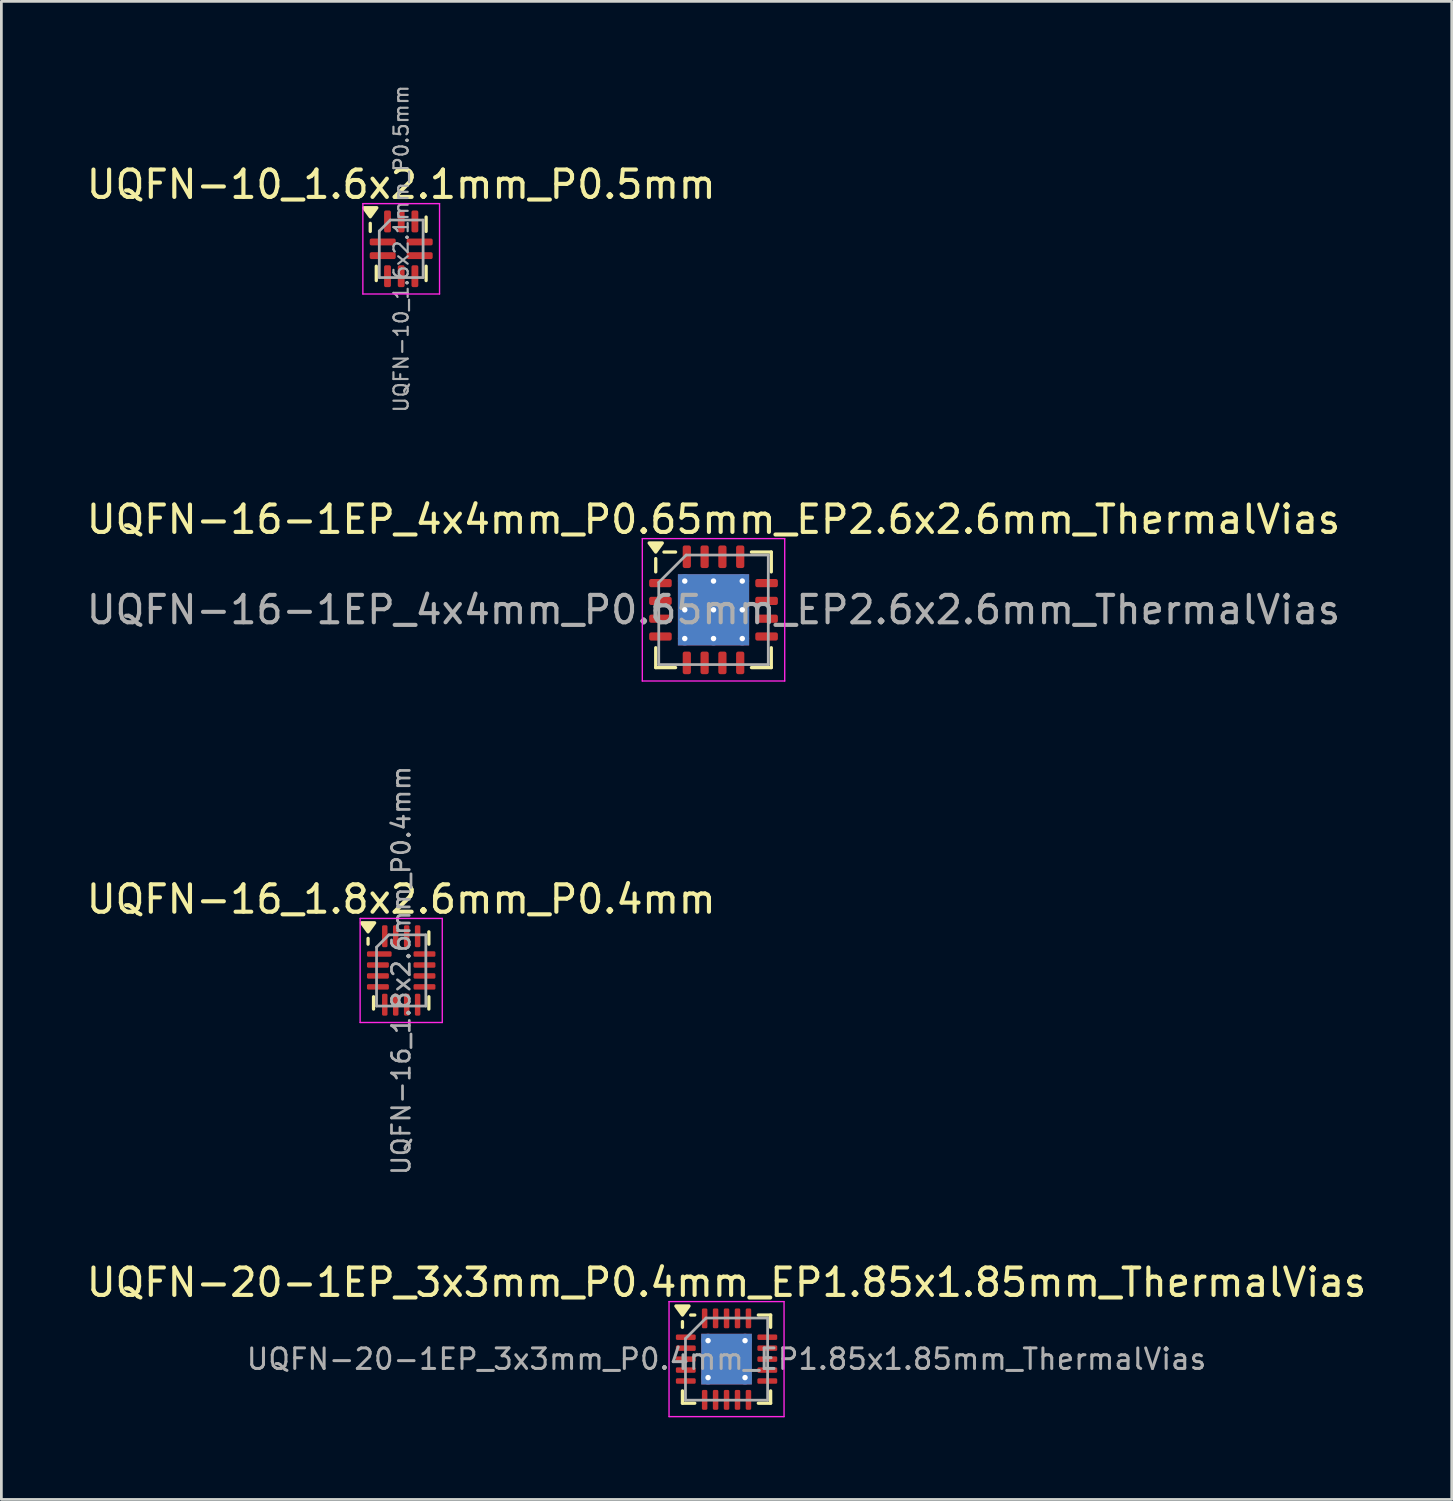
<source format=kicad_pcb>
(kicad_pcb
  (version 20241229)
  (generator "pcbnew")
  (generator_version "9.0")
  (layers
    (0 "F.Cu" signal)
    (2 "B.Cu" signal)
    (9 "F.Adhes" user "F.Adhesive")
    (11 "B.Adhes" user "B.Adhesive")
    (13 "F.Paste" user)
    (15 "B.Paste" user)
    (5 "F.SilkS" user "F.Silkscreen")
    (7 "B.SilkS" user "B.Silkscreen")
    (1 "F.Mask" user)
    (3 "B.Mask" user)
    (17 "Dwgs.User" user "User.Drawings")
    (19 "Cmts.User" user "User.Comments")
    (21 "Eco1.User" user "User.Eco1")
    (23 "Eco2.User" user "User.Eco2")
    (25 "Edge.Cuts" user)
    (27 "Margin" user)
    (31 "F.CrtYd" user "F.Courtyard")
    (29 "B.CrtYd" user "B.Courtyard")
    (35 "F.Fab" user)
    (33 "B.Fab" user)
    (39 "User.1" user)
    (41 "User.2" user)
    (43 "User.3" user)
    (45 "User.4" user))
  (footprint "UQFN-20-1EP_3x3mm_P0.4mm_EP1.85x1.85mm_ThermalVias"
    (layer "F.Cu")
    (at 23.482 46.582)
    (property "Reference" "UQFN-20-1EP_3x3mm_P0.4mm_EP1.85x1.85mm_ThermalVias" (at 0 -2.8 0) (layer "F.SilkS") (effects (font (size 1 1) (thickness 0.15))))
    (attr smd)
    (fp_line (start -1.61 -1.16) (end -1.61 -1.37) (stroke (width 0.12) (type solid)) (layer "F.SilkS"))
    (fp_line (start -1.61 1.61) (end -1.61 1.16) (stroke (width 0.12) (type solid)) (layer "F.SilkS"))
    (fp_line (start -1.16 -1.61) (end -1.31 -1.61) (stroke (width 0.12) (type solid)) (layer "F.SilkS"))
    (fp_line (start -1.16 1.61) (end -1.61 1.61) (stroke (width 0.12) (type solid)) (layer "F.SilkS"))
    (fp_line (start 1.16 -1.61) (end 1.61 -1.61) (stroke (width 0.12) (type solid)) (layer "F.SilkS"))
    (fp_line (start 1.16 1.61) (end 1.61 1.61) (stroke (width 0.12) (type solid)) (layer "F.SilkS"))
    (fp_line (start 1.61 -1.61) (end 1.61 -1.16) (stroke (width 0.12) (type solid)) (layer "F.SilkS"))
    (fp_line (start 1.61 1.61) (end 1.61 1.16) (stroke (width 0.12) (type solid)) (layer "F.SilkS"))
    (fp_poly (pts (xy -1.61 -1.61) (xy -1.85 -1.94) (xy -1.37 -1.94) (xy -1.61 -1.61)) (stroke (width 0.12) (type solid)) (fill yes) (layer "F.SilkS"))
    (fp_line (start -2.1 -2.1) (end -2.1 2.1) (stroke (width 0.05) (type solid)) (layer "F.CrtYd"))
    (fp_line (start -2.1 2.1) (end 2.1 2.1) (stroke (width 0.05) (type solid)) (layer "F.CrtYd"))
    (fp_line (start 2.1 -2.1) (end -2.1 -2.1) (stroke (width 0.05) (type solid)) (layer "F.CrtYd"))
    (fp_line (start 2.1 2.1) (end 2.1 -2.1) (stroke (width 0.05) (type solid)) (layer "F.CrtYd"))
    (fp_line (start -1.5 -0.75) (end -0.75 -1.5) (stroke (width 0.1) (type solid)) (layer "F.Fab"))
    (fp_line (start -1.5 1.5) (end -1.5 -0.75) (stroke (width 0.1) (type solid)) (layer "F.Fab"))
    (fp_line (start -0.75 -1.5) (end 1.5 -1.5) (stroke (width 0.1) (type solid)) (layer "F.Fab"))
    (fp_line (start 1.5 -1.5) (end 1.5 1.5) (stroke (width 0.1) (type solid)) (layer "F.Fab"))
    (fp_line (start 1.5 1.5) (end -1.5 1.5) (stroke (width 0.1) (type solid)) (layer "F.Fab"))
    (fp_text user "${REFERENCE}" (at 0 0 0) (layer "F.Fab") (effects (font (size 0.75 0.75) (thickness 0.11))))
    (pad "" smd roundrect (at -0.46 -0.46) (size 0.8 0.8) (layers "F.Paste") (roundrect_rratio 0.25))
    (pad "" smd roundrect (at -0.46 0.46) (size 0.8 0.8) (layers "F.Paste") (roundrect_rratio 0.25))
    (pad "" smd roundrect (at 0.46 -0.46) (size 0.8 0.8) (layers "F.Paste") (roundrect_rratio 0.25))
    (pad "" smd roundrect (at 0.46 0.46) (size 0.8 0.8) (layers "F.Paste") (roundrect_rratio 0.25))
    (pad "1" smd roundrect (at -1.488 -0.8) (size 0.725 0.2) (layers "F.Cu" "F.Mask" "F.Paste") (roundrect_rratio 0.25))
    (pad "2" smd roundrect (at -1.488 -0.4) (size 0.725 0.2) (layers "F.Cu" "F.Mask" "F.Paste") (roundrect_rratio 0.25))
    (pad "3" smd roundrect (at -1.488 0) (size 0.725 0.2) (layers "F.Cu" "F.Mask" "F.Paste") (roundrect_rratio 0.25))
    (pad "4" smd roundrect (at -1.488 0.4) (size 0.725 0.2) (layers "F.Cu" "F.Mask" "F.Paste") (roundrect_rratio 0.25))
    (pad "5" smd roundrect (at -1.488 0.8) (size 0.725 0.2) (layers "F.Cu" "F.Mask" "F.Paste") (roundrect_rratio 0.25))
    (pad "6" smd roundrect (at -0.8 1.488) (size 0.2 0.725) (layers "F.Cu" "F.Mask" "F.Paste") (roundrect_rratio 0.25))
    (pad "7" smd roundrect (at -0.4 1.488) (size 0.2 0.725) (layers "F.Cu" "F.Mask" "F.Paste") (roundrect_rratio 0.25))
    (pad "8" smd roundrect (at 0 1.488) (size 0.2 0.725) (layers "F.Cu" "F.Mask" "F.Paste") (roundrect_rratio 0.25))
    (pad "9" smd roundrect (at 0.4 1.488) (size 0.2 0.725) (layers "F.Cu" "F.Mask" "F.Paste") (roundrect_rratio 0.25))
    (pad "10" smd roundrect (at 0.8 1.488) (size 0.2 0.725) (layers "F.Cu" "F.Mask" "F.Paste") (roundrect_rratio 0.25))
    (pad "11" smd roundrect (at 1.488 0.8) (size 0.725 0.2) (layers "F.Cu" "F.Mask" "F.Paste") (roundrect_rratio 0.25))
    (pad "12" smd roundrect (at 1.488 0.4) (size 0.725 0.2) (layers "F.Cu" "F.Mask" "F.Paste") (roundrect_rratio 0.25))
    (pad "13" smd roundrect (at 1.488 0) (size 0.725 0.2) (layers "F.Cu" "F.Mask" "F.Paste") (roundrect_rratio 0.25))
    (pad "14" smd roundrect (at 1.488 -0.4) (size 0.725 0.2) (layers "F.Cu" "F.Mask" "F.Paste") (roundrect_rratio 0.25))
    (pad "15" smd roundrect (at 1.488 -0.8) (size 0.725 0.2) (layers "F.Cu" "F.Mask" "F.Paste") (roundrect_rratio 0.25))
    (pad "16" smd roundrect (at 0.8 -1.488) (size 0.2 0.725) (layers "F.Cu" "F.Mask" "F.Paste") (roundrect_rratio 0.25))
    (pad "17" smd roundrect (at 0.4 -1.488) (size 0.2 0.725) (layers "F.Cu" "F.Mask" "F.Paste") (roundrect_rratio 0.25))
    (pad "18" smd roundrect (at 0 -1.488) (size 0.2 0.725) (layers "F.Cu" "F.Mask" "F.Paste") (roundrect_rratio 0.25))
    (pad "19" smd roundrect (at -0.4 -1.488) (size 0.2 0.725) (layers "F.Cu" "F.Mask" "F.Paste") (roundrect_rratio 0.25))
    (pad "20" smd roundrect (at -0.8 -1.488) (size 0.2 0.725) (layers "F.Cu" "F.Mask" "F.Paste") (roundrect_rratio 0.25))
    (pad "21" thru_hole circle (at -0.675 -0.675) (size 0.5 0.5) (drill 0.2) (property pad_prop_heatsink) (layers "*.Cu"))
    (pad "21" thru_hole circle (at -0.675 0.675) (size 0.5 0.5) (drill 0.2) (property pad_prop_heatsink) (layers "*.Cu"))
    (pad "21" smd rect (at 0 0) (size 1.85 1.85) (property pad_prop_heatsink) (layers "F.Cu" "F.Mask"))
    (pad "21" smd rect (at 0 0) (size 1.85 1.85) (property pad_prop_heatsink) (layers "B.Cu"))
    (pad "21" thru_hole circle (at 0.675 -0.675) (size 0.5 0.5) (drill 0.2) (property pad_prop_heatsink) (layers "*.Cu"))
    (pad "21" thru_hole circle (at 0.675 0.675) (size 0.5 0.5) (drill 0.2) (property pad_prop_heatsink) (layers "*.Cu")))
  (footprint "UQFN-16_1.8x2.6mm_P0.4mm"
    (layer "F.Cu")
    (at 11.601 32.389)
    (property "Reference" "UQFN-16_1.8x2.6mm_P0.4mm" (at 0 -2.6 0) (layer "F.SilkS") (effects (font (size 1 1) (thickness 0.15))))
    (attr smd)
    (fp_line (start -1.21 -0.96) (end -1.21 -1.17) (stroke (width 0.12) (type solid)) (layer "F.SilkS"))
    (fp_line (start -1.01 1.41) (end -1.01 0.96) (stroke (width 0.12) (type solid)) (layer "F.SilkS"))
    (fp_line (start 1.01 -1.41) (end 1.01 -0.96) (stroke (width 0.12) (type solid)) (layer "F.SilkS"))
    (fp_line (start 1.01 1.41) (end 1.01 0.96) (stroke (width 0.12) (type solid)) (layer "F.SilkS"))
    (fp_poly (pts (xy -1.21 -1.41) (xy -1.45 -1.74) (xy -0.97 -1.74) (xy -1.21 -1.41)) (stroke (width 0.12) (type solid)) (fill yes) (layer "F.SilkS"))
    (fp_line (start -1.5 -1.9) (end -1.5 1.9) (stroke (width 0.05) (type solid)) (layer "F.CrtYd"))
    (fp_line (start -1.5 1.9) (end 1.5 1.9) (stroke (width 0.05) (type solid)) (layer "F.CrtYd"))
    (fp_line (start 1.5 -1.9) (end -1.5 -1.9) (stroke (width 0.05) (type solid)) (layer "F.CrtYd"))
    (fp_line (start 1.5 1.9) (end 1.5 -1.9) (stroke (width 0.05) (type solid)) (layer "F.CrtYd"))
    (fp_line (start -0.9 -0.85) (end -0.45 -1.3) (stroke (width 0.1) (type solid)) (layer "F.Fab"))
    (fp_line (start -0.9 1.3) (end -0.9 -0.85) (stroke (width 0.1) (type solid)) (layer "F.Fab"))
    (fp_line (start -0.45 -1.3) (end 0.9 -1.3) (stroke (width 0.1) (type solid)) (layer "F.Fab"))
    (fp_line (start 0.9 -1.3) (end 0.9 1.3) (stroke (width 0.1) (type solid)) (layer "F.Fab"))
    (fp_line (start 0.9 1.3) (end -0.9 1.3) (stroke (width 0.1) (type solid)) (layer "F.Fab"))
    (fp_text user "${REFERENCE}" (at 0 0 90) (layer "F.Fab") (effects (font (size 0.65 0.65) (thickness 0.1))))
    (pad "1" smd roundrect (at -0.8 -0.6) (size 0.9 0.2) (layers "F.Cu" "F.Mask" "F.Paste") (roundrect_rratio 0.25))
    (pad "2" smd roundrect (at -0.85 -0.2) (size 0.8 0.2) (layers "F.Cu" "F.Mask" "F.Paste") (roundrect_rratio 0.25))
    (pad "3" smd roundrect (at -0.85 0.2) (size 0.8 0.2) (layers "F.Cu" "F.Mask" "F.Paste") (roundrect_rratio 0.25))
    (pad "4" smd roundrect (at -0.85 0.6) (size 0.8 0.2) (layers "F.Cu" "F.Mask" "F.Paste") (roundrect_rratio 0.25))
    (pad "5" smd roundrect (at -0.6 1.25) (size 0.2 0.8) (layers "F.Cu" "F.Mask" "F.Paste") (roundrect_rratio 0.25))
    (pad "6" smd roundrect (at -0.2 1.25) (size 0.2 0.8) (layers "F.Cu" "F.Mask" "F.Paste") (roundrect_rratio 0.25))
    (pad "7" smd roundrect (at 0.2 1.25) (size 0.2 0.8) (layers "F.Cu" "F.Mask" "F.Paste") (roundrect_rratio 0.25))
    (pad "8" smd roundrect (at 0.6 1.25) (size 0.2 0.8) (layers "F.Cu" "F.Mask" "F.Paste") (roundrect_rratio 0.25))
    (pad "9" smd roundrect (at 0.85 0.6) (size 0.8 0.2) (layers "F.Cu" "F.Mask" "F.Paste") (roundrect_rratio 0.25))
    (pad "10" smd roundrect (at 0.85 0.2) (size 0.8 0.2) (layers "F.Cu" "F.Mask" "F.Paste") (roundrect_rratio 0.25))
    (pad "11" smd roundrect (at 0.85 -0.2) (size 0.8 0.2) (layers "F.Cu" "F.Mask" "F.Paste") (roundrect_rratio 0.25))
    (pad "12" smd roundrect (at 0.85 -0.6) (size 0.8 0.2) (layers "F.Cu" "F.Mask" "F.Paste") (roundrect_rratio 0.25))
    (pad "13" smd roundrect (at 0.6 -1.25) (size 0.2 0.8) (layers "F.Cu" "F.Mask" "F.Paste") (roundrect_rratio 0.25))
    (pad "14" smd roundrect (at 0.2 -1.25) (size 0.2 0.8) (layers "F.Cu" "F.Mask" "F.Paste") (roundrect_rratio 0.25))
    (pad "15" smd roundrect (at -0.2 -1.25) (size 0.2 0.8) (layers "F.Cu" "F.Mask" "F.Paste") (roundrect_rratio 0.25))
    (pad "16" smd roundrect (at -0.6 -1.25) (size 0.2 0.8) (layers "F.Cu" "F.Mask" "F.Paste") (roundrect_rratio 0.25)))
  (footprint "UQFN-10_1.6x2.1mm_P0.5mm"
    (layer "F.Cu")
    (at 11.601 6.036)
    (property "Reference" "UQFN-10_1.6x2.1mm_P0.5mm" (at 0 -2.35 0) (layer "F.SilkS") (effects (font (size 1 1) (thickness 0.15))))
    (attr smd)
    (fp_line (start -1.13 -0.635) (end -1.13 -0.93) (stroke (width 0.12) (type solid)) (layer "F.SilkS"))
    (fp_line (start -0.91 1.16) (end -0.91 0.635) (stroke (width 0.12) (type solid)) (layer "F.SilkS"))
    (fp_line (start 0.91 -1.16) (end 0.91 -0.635) (stroke (width 0.12) (type solid)) (layer "F.SilkS"))
    (fp_line (start 0.91 1.16) (end 0.91 0.635) (stroke (width 0.12) (type solid)) (layer "F.SilkS"))
    (fp_poly (pts (xy -1.13 -1.17) (xy -1.37 -1.5) (xy -0.89 -1.5) (xy -1.13 -1.17)) (stroke (width 0.12) (type solid)) (fill yes) (layer "F.SilkS"))
    (fp_line (start -1.4 -1.65) (end -1.4 1.65) (stroke (width 0.05) (type solid)) (layer "F.CrtYd"))
    (fp_line (start -1.4 1.65) (end 1.4 1.65) (stroke (width 0.05) (type solid)) (layer "F.CrtYd"))
    (fp_line (start 1.4 -1.65) (end -1.4 -1.65) (stroke (width 0.05) (type solid)) (layer "F.CrtYd"))
    (fp_line (start 1.4 1.65) (end 1.4 -1.65) (stroke (width 0.05) (type solid)) (layer "F.CrtYd"))
    (fp_line (start -0.8 -0.65) (end -0.4 -1.05) (stroke (width 0.1) (type solid)) (layer "F.Fab"))
    (fp_line (start -0.8 1.05) (end -0.8 -0.65) (stroke (width 0.1) (type solid)) (layer "F.Fab"))
    (fp_line (start -0.4 -1.05) (end 0.8 -1.05) (stroke (width 0.1) (type solid)) (layer "F.Fab"))
    (fp_line (start 0.8 -1.05) (end 0.8 1.05) (stroke (width 0.1) (type solid)) (layer "F.Fab"))
    (fp_line (start 0.8 1.05) (end -0.8 1.05) (stroke (width 0.1) (type solid)) (layer "F.Fab"))
    (fp_text user "${REFERENCE}" (at 0 0 90) (layer "F.Fab") (effects (font (size 0.52 0.52) (thickness 0.08))))
    (pad "1" smd roundrect (at -0.675 -0.25) (size 0.95 0.25) (layers "F.Cu" "F.Mask" "F.Paste") (roundrect_rratio 0.25))
    (pad "2" smd roundrect (at -0.675 0.25) (size 0.95 0.25) (layers "F.Cu" "F.Mask" "F.Paste") (roundrect_rratio 0.25))
    (pad "3" smd roundrect (at -0.5 1) (size 0.25 0.8) (layers "F.Cu" "F.Mask" "F.Paste") (roundrect_rratio 0.25))
    (pad "4" smd roundrect (at 0 1) (size 0.25 0.8) (layers "F.Cu" "F.Mask" "F.Paste") (roundrect_rratio 0.25))
    (pad "5" smd roundrect (at 0.5 1) (size 0.25 0.8) (layers "F.Cu" "F.Mask" "F.Paste") (roundrect_rratio 0.25))
    (pad "6" smd roundrect (at 0.675 0.25) (size 0.95 0.25) (layers "F.Cu" "F.Mask" "F.Paste") (roundrect_rratio 0.25))
    (pad "7" smd roundrect (at 0.675 -0.25) (size 0.95 0.25) (layers "F.Cu" "F.Mask" "F.Paste") (roundrect_rratio 0.25))
    (pad "8" smd roundrect (at 0.5 -1) (size 0.25 0.8) (layers "F.Cu" "F.Mask" "F.Paste") (roundrect_rratio 0.25))
    (pad "9" smd roundrect (at 0 -1) (size 0.25 0.8) (layers "F.Cu" "F.Mask" "F.Paste") (roundrect_rratio 0.25))
    (pad "10" smd roundrect (at -0.5 -1) (size 0.25 0.8) (layers "F.Cu" "F.Mask" "F.Paste") (roundrect_rratio 0.25)))
  (footprint "UQFN-16-1EP_4x4mm_P0.65mm_EP2.6x2.6mm_ThermalVias"
    (layer "F.Cu")
    (at 23.006 19.219)
    (property "Reference" "UQFN-16-1EP_4x4mm_P0.65mm_EP2.6x2.6mm_ThermalVias" (at 0 -3.3 0) (layer "F.SilkS") (effects (font (size 1 1) (thickness 0.15))))
    (attr smd)
    (fp_line (start -2.11 -1.385) (end -2.11 -1.87) (stroke (width 0.12) (type solid)) (layer "F.SilkS"))
    (fp_line (start -2.11 2.11) (end -2.11 1.385) (stroke (width 0.12) (type solid)) (layer "F.SilkS"))
    (fp_line (start -1.385 -2.11) (end -1.81 -2.11) (stroke (width 0.12) (type solid)) (layer "F.SilkS"))
    (fp_line (start -1.385 2.11) (end -2.11 2.11) (stroke (width 0.12) (type solid)) (layer "F.SilkS"))
    (fp_line (start 1.385 -2.11) (end 2.11 -2.11) (stroke (width 0.12) (type solid)) (layer "F.SilkS"))
    (fp_line (start 1.385 2.11) (end 2.11 2.11) (stroke (width 0.12) (type solid)) (layer "F.SilkS"))
    (fp_line (start 2.11 -2.11) (end 2.11 -1.385) (stroke (width 0.12) (type solid)) (layer "F.SilkS"))
    (fp_line (start 2.11 2.11) (end 2.11 1.385) (stroke (width 0.12) (type solid)) (layer "F.SilkS"))
    (fp_poly (pts (xy -2.11 -2.11) (xy -2.35 -2.44) (xy -1.87 -2.44) (xy -2.11 -2.11)) (stroke (width 0.12) (type solid)) (fill yes) (layer "F.SilkS"))
    (fp_line (start -2.6 -2.6) (end -2.6 2.6) (stroke (width 0.05) (type solid)) (layer "F.CrtYd"))
    (fp_line (start -2.6 2.6) (end 2.6 2.6) (stroke (width 0.05) (type solid)) (layer "F.CrtYd"))
    (fp_line (start 2.6 -2.6) (end -2.6 -2.6) (stroke (width 0.05) (type solid)) (layer "F.CrtYd"))
    (fp_line (start 2.6 2.6) (end 2.6 -2.6) (stroke (width 0.05) (type solid)) (layer "F.CrtYd"))
    (fp_line (start -2 -1) (end -1 -2) (stroke (width 0.1) (type solid)) (layer "F.Fab"))
    (fp_line (start -2 2) (end -2 -1) (stroke (width 0.1) (type solid)) (layer "F.Fab"))
    (fp_line (start -1 -2) (end 2 -2) (stroke (width 0.1) (type solid)) (layer "F.Fab"))
    (fp_line (start 2 -2) (end 2 2) (stroke (width 0.1) (type solid)) (layer "F.Fab"))
    (fp_line (start 2 2) (end -2 2) (stroke (width 0.1) (type solid)) (layer "F.Fab"))
    (fp_text user "${REFERENCE}" (at 0 0 0) (layer "F.Fab") (effects (font (size 1 1) (thickness 0.15))))
    (pad "" smd roundrect (at -0.65 -0.65) (size 1.13 1.13) (layers "F.Paste") (roundrect_rratio 0.221))
    (pad "" smd roundrect (at -0.65 0.65) (size 1.13 1.13) (layers "F.Paste") (roundrect_rratio 0.221))
    (pad "" smd roundrect (at 0.65 -0.65) (size 1.13 1.13) (layers "F.Paste") (roundrect_rratio 0.221))
    (pad "" smd roundrect (at 0.65 0.65) (size 1.13 1.13) (layers "F.Paste") (roundrect_rratio 0.221))
    (pad "1" smd roundrect (at -1.938 -0.975) (size 0.825 0.3) (layers "F.Cu" "F.Mask" "F.Paste") (roundrect_rratio 0.25))
    (pad "2" smd roundrect (at -1.938 -0.325) (size 0.825 0.3) (layers "F.Cu" "F.Mask" "F.Paste") (roundrect_rratio 0.25))
    (pad "3" smd roundrect (at -1.938 0.325) (size 0.825 0.3) (layers "F.Cu" "F.Mask" "F.Paste") (roundrect_rratio 0.25))
    (pad "4" smd roundrect (at -1.938 0.975) (size 0.825 0.3) (layers "F.Cu" "F.Mask" "F.Paste") (roundrect_rratio 0.25))
    (pad "5" smd roundrect (at -0.975 1.938) (size 0.3 0.825) (layers "F.Cu" "F.Mask" "F.Paste") (roundrect_rratio 0.25))
    (pad "6" smd roundrect (at -0.325 1.938) (size 0.3 0.825) (layers "F.Cu" "F.Mask" "F.Paste") (roundrect_rratio 0.25))
    (pad "7" smd roundrect (at 0.325 1.938) (size 0.3 0.825) (layers "F.Cu" "F.Mask" "F.Paste") (roundrect_rratio 0.25))
    (pad "8" smd roundrect (at 0.975 1.938) (size 0.3 0.825) (layers "F.Cu" "F.Mask" "F.Paste") (roundrect_rratio 0.25))
    (pad "9" smd roundrect (at 1.938 0.975) (size 0.825 0.3) (layers "F.Cu" "F.Mask" "F.Paste") (roundrect_rratio 0.25))
    (pad "10" smd roundrect (at 1.938 0.325) (size 0.825 0.3) (layers "F.Cu" "F.Mask" "F.Paste") (roundrect_rratio 0.25))
    (pad "11" smd roundrect (at 1.938 -0.325) (size 0.825 0.3) (layers "F.Cu" "F.Mask" "F.Paste") (roundrect_rratio 0.25))
    (pad "12" smd roundrect (at 1.938 -0.975) (size 0.825 0.3) (layers "F.Cu" "F.Mask" "F.Paste") (roundrect_rratio 0.25))
    (pad "13" smd roundrect (at 0.975 -1.938) (size 0.3 0.825) (layers "F.Cu" "F.Mask" "F.Paste") (roundrect_rratio 0.25))
    (pad "14" smd roundrect (at 0.325 -1.938) (size 0.3 0.825) (layers "F.Cu" "F.Mask" "F.Paste") (roundrect_rratio 0.25))
    (pad "15" smd roundrect (at -0.325 -1.938) (size 0.3 0.825) (layers "F.Cu" "F.Mask" "F.Paste") (roundrect_rratio 0.25))
    (pad "16" smd roundrect (at -0.975 -1.938) (size 0.3 0.825) (layers "F.Cu" "F.Mask" "F.Paste") (roundrect_rratio 0.25))
    (pad "17" thru_hole circle (at -1.05 -1.05) (size 0.5 0.5) (drill 0.2) (property pad_prop_heatsink) (layers "*.Cu"))
    (pad "17" thru_hole circle (at -1.05 0) (size 0.5 0.5) (drill 0.2) (property pad_prop_heatsink) (layers "*.Cu"))
    (pad "17" thru_hole circle (at -1.05 1.05) (size 0.5 0.5) (drill 0.2) (property pad_prop_heatsink) (layers "*.Cu"))
    (pad "17" thru_hole circle (at 0 -1.05) (size 0.5 0.5) (drill 0.2) (property pad_prop_heatsink) (layers "*.Cu"))
    (pad "17" thru_hole circle (at 0 0) (size 0.5 0.5) (drill 0.2) (property pad_prop_heatsink) (layers "*.Cu"))
    (pad "17" smd rect (at 0 0) (size 2.6 2.6) (property pad_prop_heatsink) (layers "F.Cu" "F.Mask"))
    (pad "17" smd rect (at 0 0) (size 2.6 2.6) (property pad_prop_heatsink) (layers "B.Cu"))
    (pad "17" thru_hole circle (at 0 1.05) (size 0.5 0.5) (drill 0.2) (property pad_prop_heatsink) (layers "*.Cu"))
    (pad "17" thru_hole circle (at 1.05 -1.05) (size 0.5 0.5) (drill 0.2) (property pad_prop_heatsink) (layers "*.Cu"))
    (pad "17" thru_hole circle (at 1.05 0) (size 0.5 0.5) (drill 0.2) (property pad_prop_heatsink) (layers "*.Cu"))
    (pad "17" thru_hole circle (at 1.05 1.05) (size 0.5 0.5) (drill 0.2) (property pad_prop_heatsink) (layers "*.Cu")))
  (gr_rect
    (start -3 -3)
    (end 49.964 51.707)
    (stroke (width 0.1) (type default))
    (fill no)
    (layer "Edge.Cuts")))
</source>
